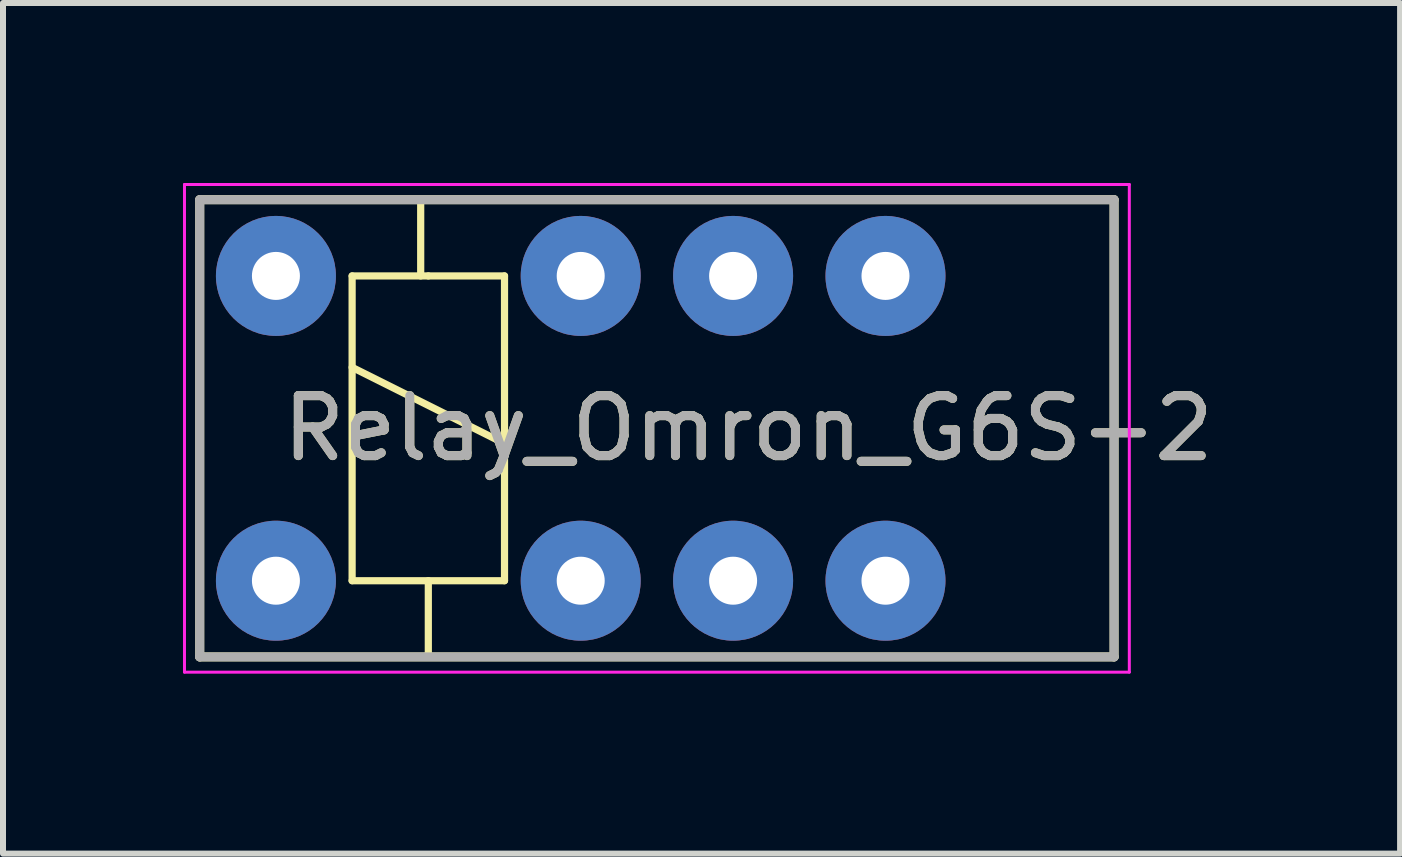
<source format=kicad_pcb>
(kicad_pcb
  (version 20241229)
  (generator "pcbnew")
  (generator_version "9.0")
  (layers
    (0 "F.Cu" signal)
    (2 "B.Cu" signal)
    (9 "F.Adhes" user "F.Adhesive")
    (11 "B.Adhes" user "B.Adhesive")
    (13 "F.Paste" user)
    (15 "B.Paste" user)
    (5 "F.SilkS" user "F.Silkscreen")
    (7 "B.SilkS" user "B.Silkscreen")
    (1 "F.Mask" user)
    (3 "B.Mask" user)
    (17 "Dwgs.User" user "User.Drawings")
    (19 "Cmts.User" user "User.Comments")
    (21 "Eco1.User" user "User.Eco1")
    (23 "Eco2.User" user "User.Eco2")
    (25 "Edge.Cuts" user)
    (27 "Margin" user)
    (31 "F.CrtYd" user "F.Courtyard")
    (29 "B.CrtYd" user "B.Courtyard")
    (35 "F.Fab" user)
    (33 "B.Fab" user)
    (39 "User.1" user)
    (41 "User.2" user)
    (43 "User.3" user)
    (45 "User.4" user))
  (footprint "Relay_Omron_G6S-2"
    (layer "F.Cu")
    (at 0.279 0.279)
    (property "Reference" "Relay_Omron_G6S-2" (at 9.144 3.81 0) (layer "F.SilkS") (effects (font (size 1 1) (thickness 0.15))))
    (attr through_hole)
    (fp_line (start 0 0) (end 0 7.62) (stroke (width 0.15) (type solid)) (layer "F.SilkS"))
    (fp_line (start 0 0) (end 15.24 0) (stroke (width 0.15) (type solid)) (layer "F.SilkS"))
    (fp_line (start 0 7.62) (end 15.24 7.62) (stroke (width 0.15) (type solid)) (layer "F.SilkS"))
    (fp_line (start 2.413 0) (end 3.683 0) (stroke (width 0.12) (type solid)) (layer "F.SilkS"))
    (fp_line (start 2.54 1.27) (end 3.81 1.27) (stroke (width 0.12) (type solid)) (layer "F.SilkS"))
    (fp_line (start 2.54 2.794) (end 5.08 4.064) (stroke (width 0.12) (type solid)) (layer "F.SilkS"))
    (fp_line (start 2.54 6.35) (end 2.54 1.27) (stroke (width 0.12) (type solid)) (layer "F.SilkS"))
    (fp_line (start 3.683 0) (end 3.683 1.27) (stroke (width 0.12) (type solid)) (layer "F.SilkS"))
    (fp_line (start 3.81 1.27) (end 5.08 1.27) (stroke (width 0.12) (type solid)) (layer "F.SilkS"))
    (fp_line (start 3.81 6.35) (end 3.81 7.62) (stroke (width 0.12) (type solid)) (layer "F.SilkS"))
    (fp_line (start 3.81 7.62) (end 2.54 7.62) (stroke (width 0.12) (type solid)) (layer "F.SilkS"))
    (fp_line (start 5.08 1.27) (end 5.08 6.35) (stroke (width 0.12) (type solid)) (layer "F.SilkS"))
    (fp_line (start 5.08 6.35) (end 2.54 6.35) (stroke (width 0.12) (type solid)) (layer "F.SilkS"))
    (fp_line (start 15.24 7.62) (end 15.24 0) (stroke (width 0.15) (type solid)) (layer "F.SilkS"))
    (fp_line (start -0.254 -0.254) (end 15.494 -0.254) (stroke (width 0.05) (type solid)) (layer "F.CrtYd"))
    (fp_line (start -0.254 7.874) (end -0.254 -0.254) (stroke (width 0.05) (type solid)) (layer "F.CrtYd"))
    (fp_line (start 15.494 -0.254) (end 15.494 7.874) (stroke (width 0.05) (type solid)) (layer "F.CrtYd"))
    (fp_line (start 15.494 7.874) (end -0.254 7.874) (stroke (width 0.05) (type solid)) (layer "F.CrtYd"))
    (fp_line (start 0 0) (end 0 7.62) (stroke (width 0.15) (type solid)) (layer "F.Fab"))
    (fp_line (start 0 0) (end 15.24 0) (stroke (width 0.15) (type solid)) (layer "F.Fab"))
    (fp_line (start 15.24 7.62) (end 0 7.62) (stroke (width 0.15) (type solid)) (layer "F.Fab"))
    (fp_line (start 15.24 7.62) (end 15.24 0) (stroke (width 0.15) (type solid)) (layer "F.Fab"))
    (fp_text user "${REFERENCE}" (at 9.144 3.81 0) (layer "F.Fab") (effects (font (size 1 1) (thickness 0.15))))
    (pad "1" thru_hole circle (at 1.27 6.35) (size 2 2) (drill 0.8) (layers "*.Cu" "*.Mask"))
    (pad "3" thru_hole circle (at 6.35 6.35) (size 2 2) (drill 0.8) (layers "*.Cu" "*.Mask"))
    (pad "4" thru_hole circle (at 8.89 6.35) (size 2 2) (drill 0.8) (layers "*.Cu" "*.Mask"))
    (pad "5" thru_hole circle (at 11.43 6.35) (size 2 2) (drill 0.8) (layers "*.Cu" "*.Mask"))
    (pad "8" thru_hole circle (at 11.43 1.27) (size 2 2) (drill 0.8) (layers "*.Cu" "*.Mask"))
    (pad "9" thru_hole circle (at 8.89 1.27) (size 2 2) (drill 0.8) (layers "*.Cu" "*.Mask"))
    (pad "10" thru_hole circle (at 6.35 1.27) (size 2 2) (drill 0.8) (layers "*.Cu" "*.Mask"))
    (pad "12" thru_hole circle (at 1.27 1.27) (size 2 2) (drill 0.8) (layers "*.Cu" "*.Mask")))
  (gr_rect
    (start -3 -3)
    (end 20.286 11.178)
    (stroke (width 0.1) (type default))
    (fill no)
    (layer "Edge.Cuts")))
</source>
